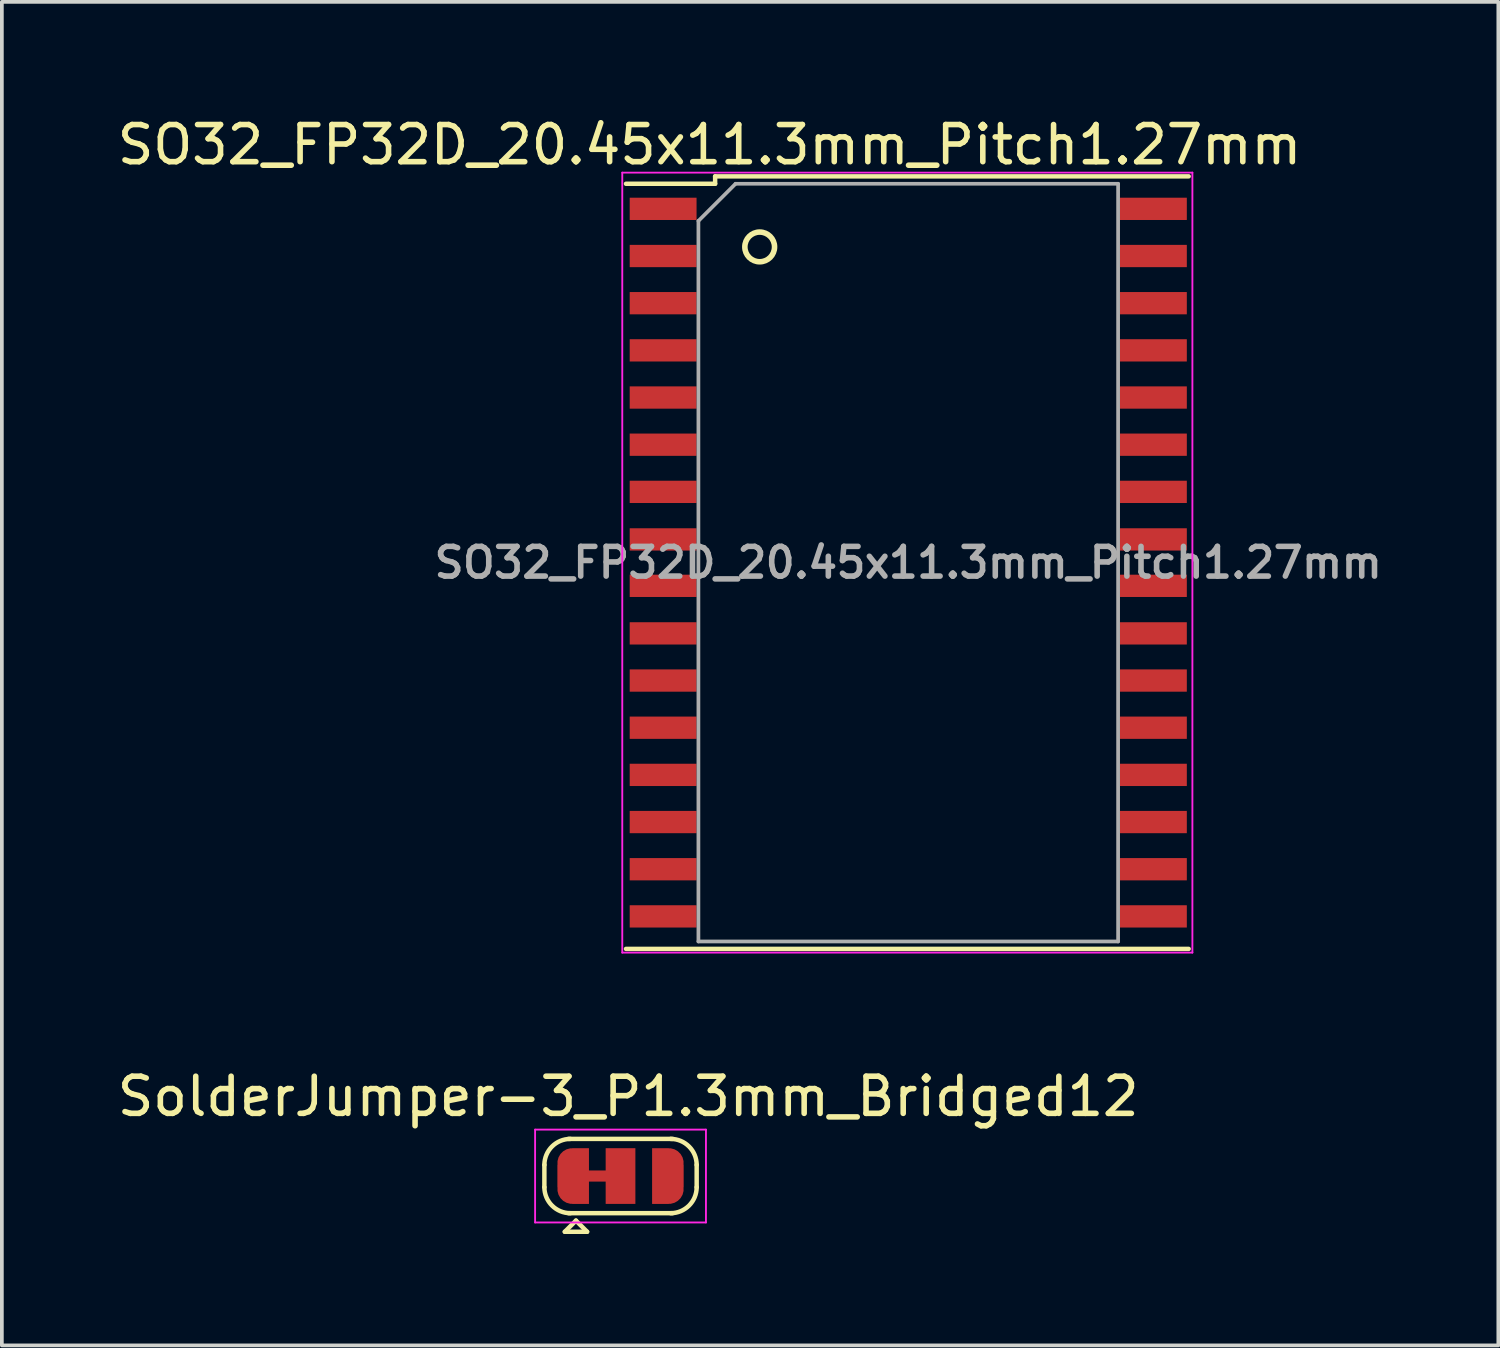
<source format=kicad_pcb>
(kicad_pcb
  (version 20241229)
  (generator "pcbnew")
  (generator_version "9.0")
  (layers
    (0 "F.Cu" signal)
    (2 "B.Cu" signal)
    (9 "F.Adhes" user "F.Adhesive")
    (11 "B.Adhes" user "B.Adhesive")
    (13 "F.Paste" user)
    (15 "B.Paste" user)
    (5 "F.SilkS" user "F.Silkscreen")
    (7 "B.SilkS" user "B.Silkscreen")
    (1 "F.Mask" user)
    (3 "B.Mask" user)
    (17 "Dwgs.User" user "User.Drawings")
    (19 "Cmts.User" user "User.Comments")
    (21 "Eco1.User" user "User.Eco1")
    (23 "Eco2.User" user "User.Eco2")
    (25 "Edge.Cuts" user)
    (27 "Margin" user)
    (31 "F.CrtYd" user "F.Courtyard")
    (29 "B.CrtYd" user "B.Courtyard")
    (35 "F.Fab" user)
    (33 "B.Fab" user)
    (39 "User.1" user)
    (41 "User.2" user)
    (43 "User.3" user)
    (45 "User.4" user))
  (footprint "SO32_FP32D_20.45x11.3mm_Pitch1.27mm"
    (layer "F.Cu")
    (at 21.404 12.098)
    (property "Reference" "SO32_FP32D_20.45x11.3mm_Pitch1.27mm" (at -5.35 -11.25 0) (layer "F.SilkS") (effects (font (size 1 1) (thickness 0.15))))
    (attr smd)
    (fp_line (start -7.6 10.4) (end 7.55 10.4) (stroke (width 0.12) (type solid)) (layer "F.SilkS"))
    (fp_line (start -5.2 -10.4) (end -5.2 -10.2) (stroke (width 0.12) (type solid)) (layer "F.SilkS"))
    (fp_line (start -5.2 -10.4) (end 7.55 -10.4) (stroke (width 0.12) (type solid)) (layer "F.SilkS"))
    (fp_line (start -5.2 -10.2) (end -7.6 -10.2) (stroke (width 0.12) (type solid)) (layer "F.SilkS"))
    (fp_circle (center -4 -8.5) (end -3.6 -8.5) (stroke (width 0.15) (type solid)) (fill no) (layer "F.SilkS"))
    (fp_line (start -7.7 -10.5) (end -7.7 10.5) (stroke (width 0.05) (type solid)) (layer "F.CrtYd"))
    (fp_line (start -7.7 -10.5) (end 7.65 -10.5) (stroke (width 0.05) (type solid)) (layer "F.CrtYd"))
    (fp_line (start -7.7 10.5) (end 7.65 10.5) (stroke (width 0.05) (type solid)) (layer "F.CrtYd"))
    (fp_line (start 7.65 -10.5) (end 7.65 10.5) (stroke (width 0.05) (type solid)) (layer "F.CrtYd"))
    (fp_line (start -5.65 -9.2) (end -4.65 -10.2) (stroke (width 0.1) (type solid)) (layer "F.Fab"))
    (fp_line (start -5.65 10.2) (end -5.65 -9.2) (stroke (width 0.1) (type solid)) (layer "F.Fab"))
    (fp_line (start -4.65 -10.2) (end 5.65 -10.2) (stroke (width 0.1) (type solid)) (layer "F.Fab"))
    (fp_line (start 5.65 -10.2) (end 5.65 10.2) (stroke (width 0.1) (type solid)) (layer "F.Fab"))
    (fp_line (start 5.65 10.2) (end -5.65 10.2) (stroke (width 0.1) (type solid)) (layer "F.Fab"))
    (fp_text user "${REFERENCE}" (at 0 0 0) (layer "F.Fab") (effects (font (size 0.8 0.8) (thickness 0.15))))
    (pad "1" smd rect (at -6.6 -9.525) (size 1.8 0.6) (layers "F.Cu" "F.Mask" "F.Paste"))
    (pad "2" smd rect (at -6.6 -8.255) (size 1.8 0.6) (layers "F.Cu" "F.Mask" "F.Paste"))
    (pad "3" smd rect (at -6.6 -6.985) (size 1.8 0.6) (layers "F.Cu" "F.Mask" "F.Paste"))
    (pad "4" smd rect (at -6.6 -5.715) (size 1.8 0.6) (layers "F.Cu" "F.Mask" "F.Paste"))
    (pad "5" smd rect (at -6.6 -4.445) (size 1.8 0.6) (layers "F.Cu" "F.Mask" "F.Paste"))
    (pad "6" smd rect (at -6.6 -3.175) (size 1.8 0.6) (layers "F.Cu" "F.Mask" "F.Paste"))
    (pad "7" smd rect (at -6.6 -1.905) (size 1.8 0.6) (layers "F.Cu" "F.Mask" "F.Paste"))
    (pad "8" smd rect (at -6.6 -0.625) (size 1.8 0.6) (layers "F.Cu" "F.Mask" "F.Paste"))
    (pad "9" smd rect (at -6.6 0.625) (size 1.8 0.6) (layers "F.Cu" "F.Mask" "F.Paste"))
    (pad "10" smd rect (at -6.6 1.905) (size 1.8 0.6) (layers "F.Cu" "F.Mask" "F.Paste"))
    (pad "11" smd rect (at -6.6 3.175) (size 1.8 0.6) (layers "F.Cu" "F.Mask" "F.Paste"))
    (pad "12" smd rect (at -6.6 4.445) (size 1.8 0.6) (layers "F.Cu" "F.Mask" "F.Paste"))
    (pad "13" smd rect (at -6.6 5.715) (size 1.8 0.6) (layers "F.Cu" "F.Mask" "F.Paste"))
    (pad "14" smd rect (at -6.6 6.985) (size 1.8 0.6) (layers "F.Cu" "F.Mask" "F.Paste"))
    (pad "15" smd rect (at -6.6 8.255) (size 1.8 0.6) (layers "F.Cu" "F.Mask" "F.Paste"))
    (pad "16" smd rect (at -6.6 9.525) (size 1.8 0.6) (layers "F.Cu" "F.Mask" "F.Paste"))
    (pad "17" smd rect (at 6.6 9.525) (size 1.8 0.6) (layers "F.Cu" "F.Mask" "F.Paste"))
    (pad "18" smd rect (at 6.6 8.255) (size 1.8 0.6) (layers "F.Cu" "F.Mask" "F.Paste"))
    (pad "19" smd rect (at 6.6 6.985) (size 1.8 0.6) (layers "F.Cu" "F.Mask" "F.Paste"))
    (pad "20" smd rect (at 6.6 5.715) (size 1.8 0.6) (layers "F.Cu" "F.Mask" "F.Paste"))
    (pad "21" smd rect (at 6.6 4.445) (size 1.8 0.6) (layers "F.Cu" "F.Mask" "F.Paste"))
    (pad "22" smd rect (at 6.6 3.175) (size 1.8 0.6) (layers "F.Cu" "F.Mask" "F.Paste"))
    (pad "23" smd rect (at 6.6 1.905) (size 1.8 0.6) (layers "F.Cu" "F.Mask" "F.Paste"))
    (pad "24" smd rect (at 6.6 0.625) (size 1.8 0.6) (layers "F.Cu" "F.Mask" "F.Paste"))
    (pad "25" smd rect (at 6.6 -0.625) (size 1.8 0.6) (layers "F.Cu" "F.Mask" "F.Paste"))
    (pad "26" smd rect (at 6.6 -1.905) (size 1.8 0.6) (layers "F.Cu" "F.Mask" "F.Paste"))
    (pad "27" smd rect (at 6.6 -3.175) (size 1.8 0.6) (layers "F.Cu" "F.Mask" "F.Paste"))
    (pad "28" smd rect (at 6.6 -4.445) (size 1.8 0.6) (layers "F.Cu" "F.Mask" "F.Paste"))
    (pad "29" smd rect (at 6.6 -5.715) (size 1.8 0.6) (layers "F.Cu" "F.Mask" "F.Paste"))
    (pad "30" smd rect (at 6.6 -6.985) (size 1.8 0.6) (layers "F.Cu" "F.Mask" "F.Paste"))
    (pad "31" smd rect (at 6.6 -8.255) (size 1.8 0.6) (layers "F.Cu" "F.Mask" "F.Paste"))
    (pad "32" smd rect (at 6.6 -9.525) (size 1.8 0.6) (layers "F.Cu" "F.Mask" "F.Paste")))
  (footprint "SolderJumper-3_P1.3mm_Bridged12"
    (layer "F.Cu")
    (at 13.657 28.614)
    (property "Reference" "SolderJumper-3_P1.3mm_Bridged12" (at 0.206 -2.143 0) (layer "F.SilkS") (effects (font (size 1 1) (thickness 0.15))))
    (attr exclude_from_pos_files exclude_from_bom)
    (fp_line (start -2.05 0.3) (end -2.05 -0.3) (stroke (width 0.12) (type solid)) (layer "F.SilkS"))
    (fp_line (start -1.5 1.5) (end -0.9 1.5) (stroke (width 0.12) (type solid)) (layer "F.SilkS"))
    (fp_line (start -1.4 -1) (end 1.4 -1) (stroke (width 0.12) (type solid)) (layer "F.SilkS"))
    (fp_line (start -1.2 1.2) (end -1.5 1.5) (stroke (width 0.12) (type solid)) (layer "F.SilkS"))
    (fp_line (start -1.2 1.2) (end -0.9 1.5) (stroke (width 0.12) (type solid)) (layer "F.SilkS"))
    (fp_line (start 1.4 1) (end -1.4 1) (stroke (width 0.12) (type solid)) (layer "F.SilkS"))
    (fp_line (start 2.05 -0.3) (end 2.05 0.3) (stroke (width 0.12) (type solid)) (layer "F.SilkS"))
    (fp_arc (start -2.05 -0.3) (mid -1.844975 -0.794975) (end -1.35 -1) (stroke (width 0.12) (type solid)) (layer "F.SilkS"))
    (fp_arc (start -1.35 1) (mid -1.844975 0.794975) (end -2.05 0.3) (stroke (width 0.12) (type solid)) (layer "F.SilkS"))
    (fp_arc (start 1.35 -1) (mid 1.844975 -0.794975) (end 2.05 -0.3) (stroke (width 0.12) (type solid)) (layer "F.SilkS"))
    (fp_arc (start 2.05 0.3) (mid 1.844975 0.794975) (end 1.35 1) (stroke (width 0.12) (type solid)) (layer "F.SilkS"))
    (fp_line (start -2.3 -1.25) (end -2.3 1.25) (stroke (width 0.05) (type solid)) (layer "F.CrtYd"))
    (fp_line (start -2.3 -1.25) (end 2.3 -1.25) (stroke (width 0.05) (type solid)) (layer "F.CrtYd"))
    (fp_line (start 2.3 1.25) (end -2.3 1.25) (stroke (width 0.05) (type solid)) (layer "F.CrtYd"))
    (fp_line (start 2.3 1.25) (end 2.3 -1.25) (stroke (width 0.05) (type solid)) (layer "F.CrtYd"))
    (pad "1" smd custom (at -1.3 0) (size 0.8 0.6) (layers "F.Cu" "F.Mask") (options (anchor rect)) (primitives (gr_circle (center 0 0.35) (end 0.4 0.35) (width 0) (fill yes)) (gr_circle (center 0 -0.35) (end 0.4 -0.35) (width 0) (fill yes)) (gr_poly (pts (xy 0.45 -0.75) (xy 0 -0.75) (xy 0 0.75) (xy 0.45 0.75)) (width 0) (fill yes)) (gr_poly (pts (xy 0.4 -0.15) (xy 1 -0.15) (xy 1 0.15) (xy 0.4 0.15)) (width 0) (fill yes))))
    (pad "2" smd rect (at 0 0) (size 0.8 1.5) (layers "F.Cu" "F.Mask"))
    (pad "3" smd custom (at 1.3 0) (size 0.8 0.6) (layers "F.Cu" "F.Mask") (options (anchor rect)) (primitives (gr_circle (center 0 0.35) (end 0.4 0.35) (width 0) (fill yes)) (gr_circle (center 0 -0.35) (end 0.4 -0.35) (width 0) (fill yes)) (gr_poly (pts (xy -0.45 -0.75) (xy 0 -0.75) (xy 0 0.75) (xy -0.45 0.75)) (width 0) (fill yes)))))
  (gr_rect
    (start -3 -3)
    (end 37.291 33.174)
    (stroke (width 0.1) (type default))
    (fill no)
    (layer "Edge.Cuts")))
</source>
